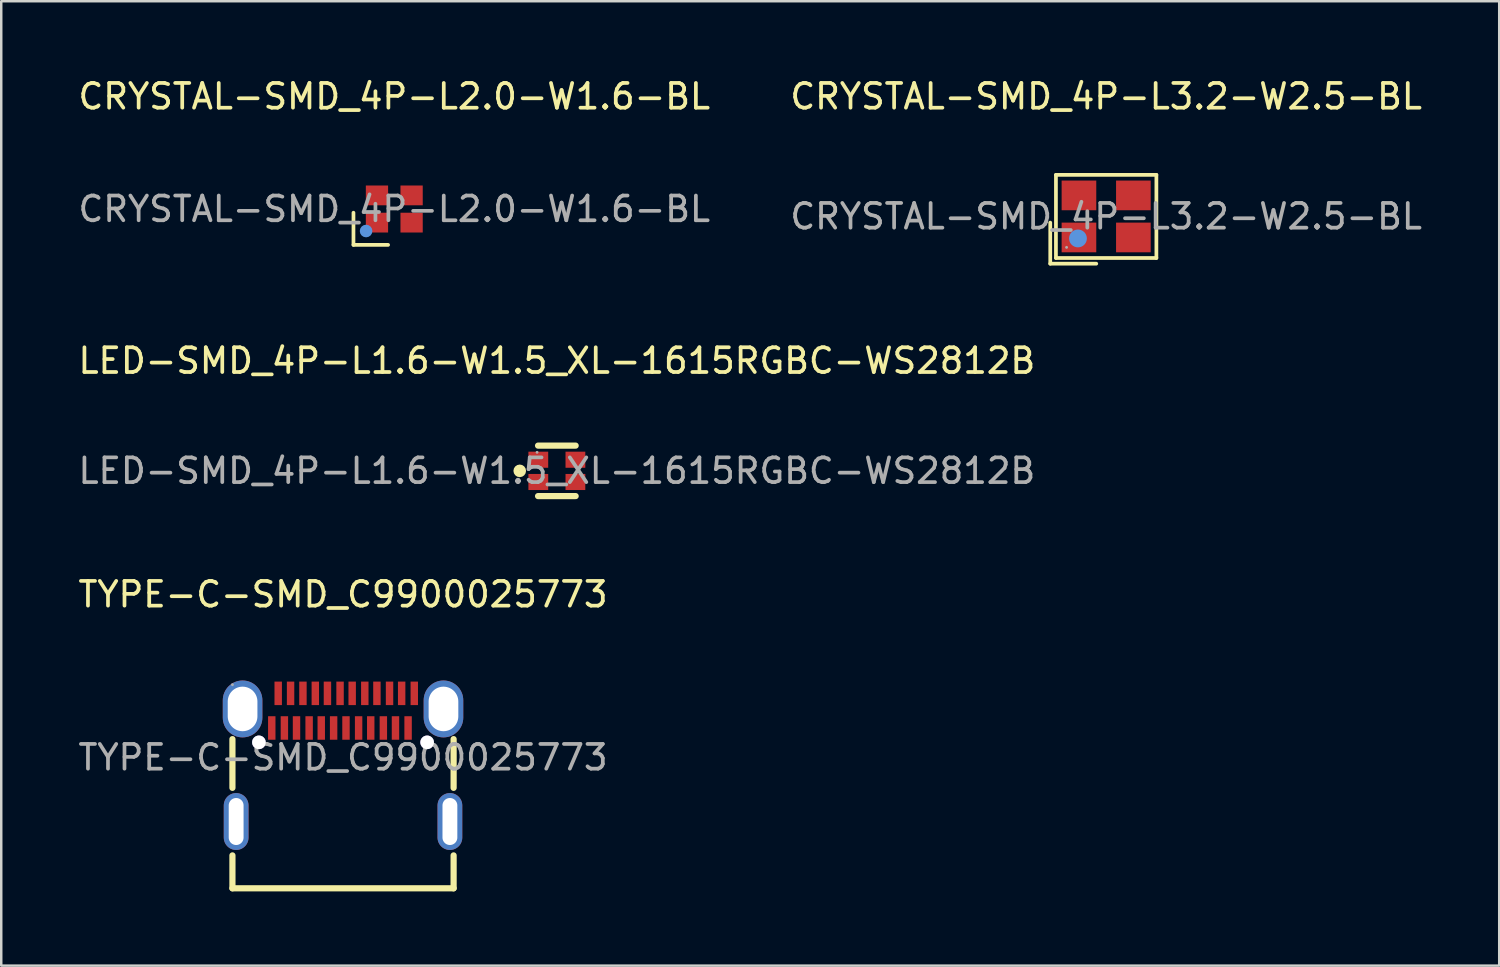
<source format=kicad_pcb>
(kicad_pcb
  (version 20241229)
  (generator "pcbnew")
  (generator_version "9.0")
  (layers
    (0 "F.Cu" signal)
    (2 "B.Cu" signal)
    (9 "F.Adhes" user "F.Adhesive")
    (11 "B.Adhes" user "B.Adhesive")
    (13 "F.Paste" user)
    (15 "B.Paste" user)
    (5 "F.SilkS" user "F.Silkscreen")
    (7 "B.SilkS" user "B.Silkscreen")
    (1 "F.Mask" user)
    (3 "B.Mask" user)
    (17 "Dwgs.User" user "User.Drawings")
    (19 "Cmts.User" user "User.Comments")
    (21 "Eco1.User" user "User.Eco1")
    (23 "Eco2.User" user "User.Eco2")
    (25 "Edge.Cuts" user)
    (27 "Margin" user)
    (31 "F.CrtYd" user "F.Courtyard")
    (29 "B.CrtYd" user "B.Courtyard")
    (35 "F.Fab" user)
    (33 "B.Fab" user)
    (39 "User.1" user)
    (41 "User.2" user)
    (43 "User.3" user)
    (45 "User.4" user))
  (footprint "LED-SMD_4P-L1.6-W1.5_XL-1615RGBC-WS2812B"
    (layer "F.Cu")
    (at 19.458 15.982)
    (property "Reference" "LED-SMD_4P-L1.6-W1.5_XL-1615RGBC-WS2812B" (at 0 -4.45 0) (layer "F.SilkS") (effects (font (size 1 1) (thickness 0.15))))
    (attr smd)
    (fp_line (start -0.76 1.02) (end 0.76 1.02) (stroke (width 0.25) (type solid)) (layer "F.SilkS"))
    (fp_line (start 0.76 -1.02) (end -0.76 -1.02) (stroke (width 0.25) (type solid)) (layer "F.SilkS"))
    (fp_circle (center -1.5 0) (end -1.37 0) (stroke (width 0.25) (type solid)) (fill no) (layer "F.SilkS"))
    (fp_circle (center -0.8 -0.75) (end -0.77 -0.75) (stroke (width 0.06) (type solid)) (fill no) (layer "F.Fab"))
    (fp_text user "${REFERENCE}" (at 0 0 0) (layer "F.Fab") (effects (font (size 1 1) (thickness 0.15))))
    (pad "1" smd rect (at -0.75 -0.45 180) (size 0.8 0.65) (layers "F.Cu" "F.Mask" "F.Paste"))
    (pad "2" smd rect (at 0.75 -0.45 180) (size 0.8 0.65) (layers "F.Cu" "F.Mask" "F.Paste"))
    (pad "3" smd rect (at -0.75 0.45 180) (size 0.8 0.65) (layers "F.Cu" "F.Mask" "F.Paste"))
    (pad "4" smd rect (at 0.75 0.45 180) (size 0.8 0.65) (layers "F.Cu" "F.Mask" "F.Paste")))
  (footprint "TYPE-C-SMD_C9900025773"
    (layer "F.Cu")
    (at 10.815 27.565)
    (property "Reference" "TYPE-C-SMD_C9900025773" (at 0 -6.59 0) (layer "F.SilkS") (effects (font (size 1 1) (thickness 0.15))))
    (attr smd)
    (fp_line (start -4.47 -0.74) (end -4.47 1.23) (stroke (width 0.25) (type solid)) (layer "F.SilkS"))
    (fp_line (start -4.47 3.96) (end -4.47 5.29) (stroke (width 0.25) (type solid)) (layer "F.SilkS"))
    (fp_line (start -4.47 5.29) (end 4.47 5.29) (stroke (width 0.25) (type solid)) (layer "F.SilkS"))
    (fp_line (start 4.47 1.23) (end 4.47 -0.74) (stroke (width 0.25) (type solid)) (layer "F.SilkS"))
    (fp_line (start 4.47 5.29) (end 4.47 3.96) (stroke (width 0.25) (type solid)) (layer "F.SilkS"))
    (fp_circle (center -3.4 -0.61) (end -3.28 -0.61) (stroke (width 0.23) (type solid)) (fill no) (layer "Cmts.User"))
    (fp_circle (center 3.4 -0.61) (end 3.52 -0.61) (stroke (width 0.23) (type solid)) (fill no) (layer "Cmts.User"))
    (fp_circle (center -4.47 -2.94) (end -4.44 -2.94) (stroke (width 0.06) (type solid)) (fill no) (layer "F.Fab"))
    (fp_text user "${REFERENCE}" (at 0 0 0) (layer "F.Fab") (effects (font (size 1 1) (thickness 0.15))))
    (pad "" thru_hole circle (at -3.4 -0.61) (size 0.55 0.55) (drill 0.55) (layers "*.Cu" "*.Mask"))
    (pad "" thru_hole circle (at 3.4 -0.61) (size 0.55 0.55) (drill 0.55) (layers "*.Cu" "*.Mask"))
    (pad "A1" smd rect (at -2.88 -1.19) (size 0.3 0.95) (layers "F.Cu" "F.Mask" "F.Paste"))
    (pad "A1" smd rect (at -2.62 -2.59) (size 0.3 0.95) (layers "F.Cu" "F.Mask" "F.Paste"))
    (pad "A1" smd rect (at 2.63 -1.19) (size 0.3 0.95) (layers "F.Cu" "F.Mask" "F.Paste"))
    (pad "A1" smd rect (at 2.88 -2.59) (size 0.3 0.95) (layers "F.Cu" "F.Mask" "F.Paste"))
    (pad "A2" smd rect (at -2.12 -2.59) (size 0.3 0.95) (layers "F.Cu" "F.Mask" "F.Paste"))
    (pad "A3" smd rect (at -1.62 -2.59) (size 0.3 0.95) (layers "F.Cu" "F.Mask" "F.Paste"))
    (pad "A4" smd rect (at -1.37 -1.19) (size 0.3 0.95) (layers "F.Cu" "F.Mask" "F.Paste"))
    (pad "A4" smd rect (at -1.12 -2.59) (size 0.3 0.95) (layers "F.Cu" "F.Mask" "F.Paste"))
    (pad "A4" smd rect (at 1.12 -1.19) (size 0.3 0.95) (layers "F.Cu" "F.Mask" "F.Paste"))
    (pad "A4" smd rect (at 1.37 -2.59) (size 0.3 0.95) (layers "F.Cu" "F.Mask" "F.Paste"))
    (pad "A5" smd rect (at -0.63 -2.59) (size 0.3 0.95) (layers "F.Cu" "F.Mask" "F.Paste"))
    (pad "A6" smd rect (at -0.12 -2.59) (size 0.3 0.95) (layers "F.Cu" "F.Mask" "F.Paste"))
    (pad "A7" smd rect (at 0.37 -2.59) (size 0.3 0.95) (layers "F.Cu" "F.Mask" "F.Paste"))
    (pad "A8" smd rect (at 0.88 -2.59) (size 0.3 0.95) (layers "F.Cu" "F.Mask" "F.Paste"))
    (pad "A10" smd rect (at 1.88 -2.59) (size 0.3 0.95) (layers "F.Cu" "F.Mask" "F.Paste"))
    (pad "A11" smd rect (at 2.37 -2.59) (size 0.3 0.95) (layers "F.Cu" "F.Mask" "F.Paste"))
    (pad "B2" smd rect (at 2.12 -1.19) (size 0.3 0.95) (layers "F.Cu" "F.Mask" "F.Paste"))
    (pad "B3" smd rect (at 1.63 -1.19) (size 0.3 0.95) (layers "F.Cu" "F.Mask" "F.Paste"))
    (pad "B5" smd rect (at 0.63 -1.19) (size 0.3 0.95) (layers "F.Cu" "F.Mask" "F.Paste"))
    (pad "B6" smd rect (at 0.12 -1.19) (size 0.3 0.95) (layers "F.Cu" "F.Mask" "F.Paste"))
    (pad "B7" smd rect (at -0.38 -1.19) (size 0.3 0.95) (layers "F.Cu" "F.Mask" "F.Paste"))
    (pad "B8" smd rect (at -0.88 -1.19) (size 0.3 0.95) (layers "F.Cu" "F.Mask" "F.Paste"))
    (pad "B10" smd rect (at -1.88 -1.19) (size 0.3 0.95) (layers "F.Cu" "F.Mask" "F.Paste"))
    (pad "B11" smd rect (at -2.37 -1.19) (size 0.3 0.95) (layers "F.Cu" "F.Mask" "F.Paste"))
    (pad "S1" thru_hole oval (at -4.32 2.59) (size 1 2.3) (drill oval 0.6 1.9) (layers "*.Cu" "*.Mask"))
    (pad "S1" thru_hole oval (at -4.06 -1.96) (size 1.6 2.3) (drill oval 1.2 1.8) (layers "*.Cu" "*.Mask"))
    (pad "S1" thru_hole oval (at 4.06 -1.96) (size 1.6 2.3) (drill oval 1.2 1.8) (layers "*.Cu" "*.Mask"))
    (pad "S1" thru_hole oval (at 4.32 2.59) (size 1 2.3) (drill oval 0.6 1.9) (layers "*.Cu" "*.Mask")))
  (footprint "CRYSTAL-SMD_4P-L3.2-W2.5-BL"
    (layer "F.Cu")
    (at 41.661 5.698)
    (property "Reference" "CRYSTAL-SMD_4P-L3.2-W2.5-BL" (at 0 -4.85 0) (layer "F.SilkS") (effects (font (size 1 1) (thickness 0.15))))
    (attr smd)
    (fp_line (start -2.26 0.25) (end -2.26 1.91) (stroke (width 0.15) (type solid)) (layer "F.SilkS"))
    (fp_line (start -2.26 1.91) (end -0.4 1.91) (stroke (width 0.15) (type solid)) (layer "F.SilkS"))
    (fp_line (start -2.03 -1.68) (end 2.03 -1.68) (stroke (width 0.15) (type solid)) (layer "F.SilkS"))
    (fp_line (start -2.03 1.68) (end -2.03 -1.68) (stroke (width 0.15) (type solid)) (layer "F.SilkS"))
    (fp_line (start 2.03 -1.68) (end 2.03 1.68) (stroke (width 0.15) (type solid)) (layer "F.SilkS"))
    (fp_line (start 2.03 1.68) (end -2.03 1.68) (stroke (width 0.15) (type solid)) (layer "F.SilkS"))
    (fp_circle (center -1.14 0.89) (end -0.96 0.89) (stroke (width 0.36) (type solid)) (fill no) (layer "Cmts.User"))
    (fp_circle (center -1.6 1.25) (end -1.57 1.25) (stroke (width 0.06) (type solid)) (fill no) (layer "F.Fab"))
    (fp_text user "${REFERENCE}" (at 0 0 0) (layer "F.Fab") (effects (font (size 1 1) (thickness 0.15))))
    (pad "1" smd rect (at -1.1 0.85) (size 1.4 1.2) (layers "F.Cu" "F.Mask" "F.Paste"))
    (pad "2" smd rect (at 1.1 0.85) (size 1.4 1.2) (layers "F.Cu" "F.Mask" "F.Paste"))
    (pad "3" smd rect (at 1.1 -0.85) (size 1.4 1.2) (layers "F.Cu" "F.Mask" "F.Paste"))
    (pad "4" smd rect (at -1.1 -0.85) (size 1.4 1.2) (layers "F.Cu" "F.Mask" "F.Paste")))
  (footprint "CRYSTAL-SMD_4P-L2.0-W1.6-BL"
    (layer "F.Cu")
    (at 12.887 5.398)
    (property "Reference" "CRYSTAL-SMD_4P-L2.0-W1.6-BL" (at 0 -4.55 0) (layer "F.SilkS") (effects (font (size 1 1) (thickness 0.15))))
    (attr smd)
    (fp_line (start -1.65 0.15) (end -1.65 1.45) (stroke (width 0.15) (type solid)) (layer "F.SilkS"))
    (fp_line (start -1.65 1.45) (end -0.25 1.45) (stroke (width 0.15) (type solid)) (layer "F.SilkS"))
    (fp_circle (center -1.14 0.89) (end -1.01 0.89) (stroke (width 0.25) (type solid)) (fill no) (layer "Cmts.User"))
    (fp_circle (center -1 0.8) (end -0.97 0.8) (stroke (width 0.06) (type solid)) (fill no) (layer "F.Fab"))
    (fp_text user "${REFERENCE}" (at 0 0 0) (layer "F.Fab") (effects (font (size 1 1) (thickness 0.15))))
    (pad "1" smd rect (at -0.7 0.55) (size 0.9 0.8) (layers "F.Cu" "F.Mask" "F.Paste"))
    (pad "2" smd rect (at 0.7 0.55) (size 0.9 0.8) (layers "F.Cu" "F.Mask" "F.Paste"))
    (pad "3" smd rect (at -0.7 -0.55) (size 0.9 0.8) (layers "F.Cu" "F.Mask" "F.Paste"))
    (pad "4" smd rect (at 0.7 -0.55) (size 0.9 0.8) (layers "F.Cu" "F.Mask" "F.Paste")))
  (gr_rect
    (start -3 -3)
    (end 57.548 35.98)
    (stroke (width 0.1) (type default))
    (fill no)
    (layer "Edge.Cuts")))
</source>
